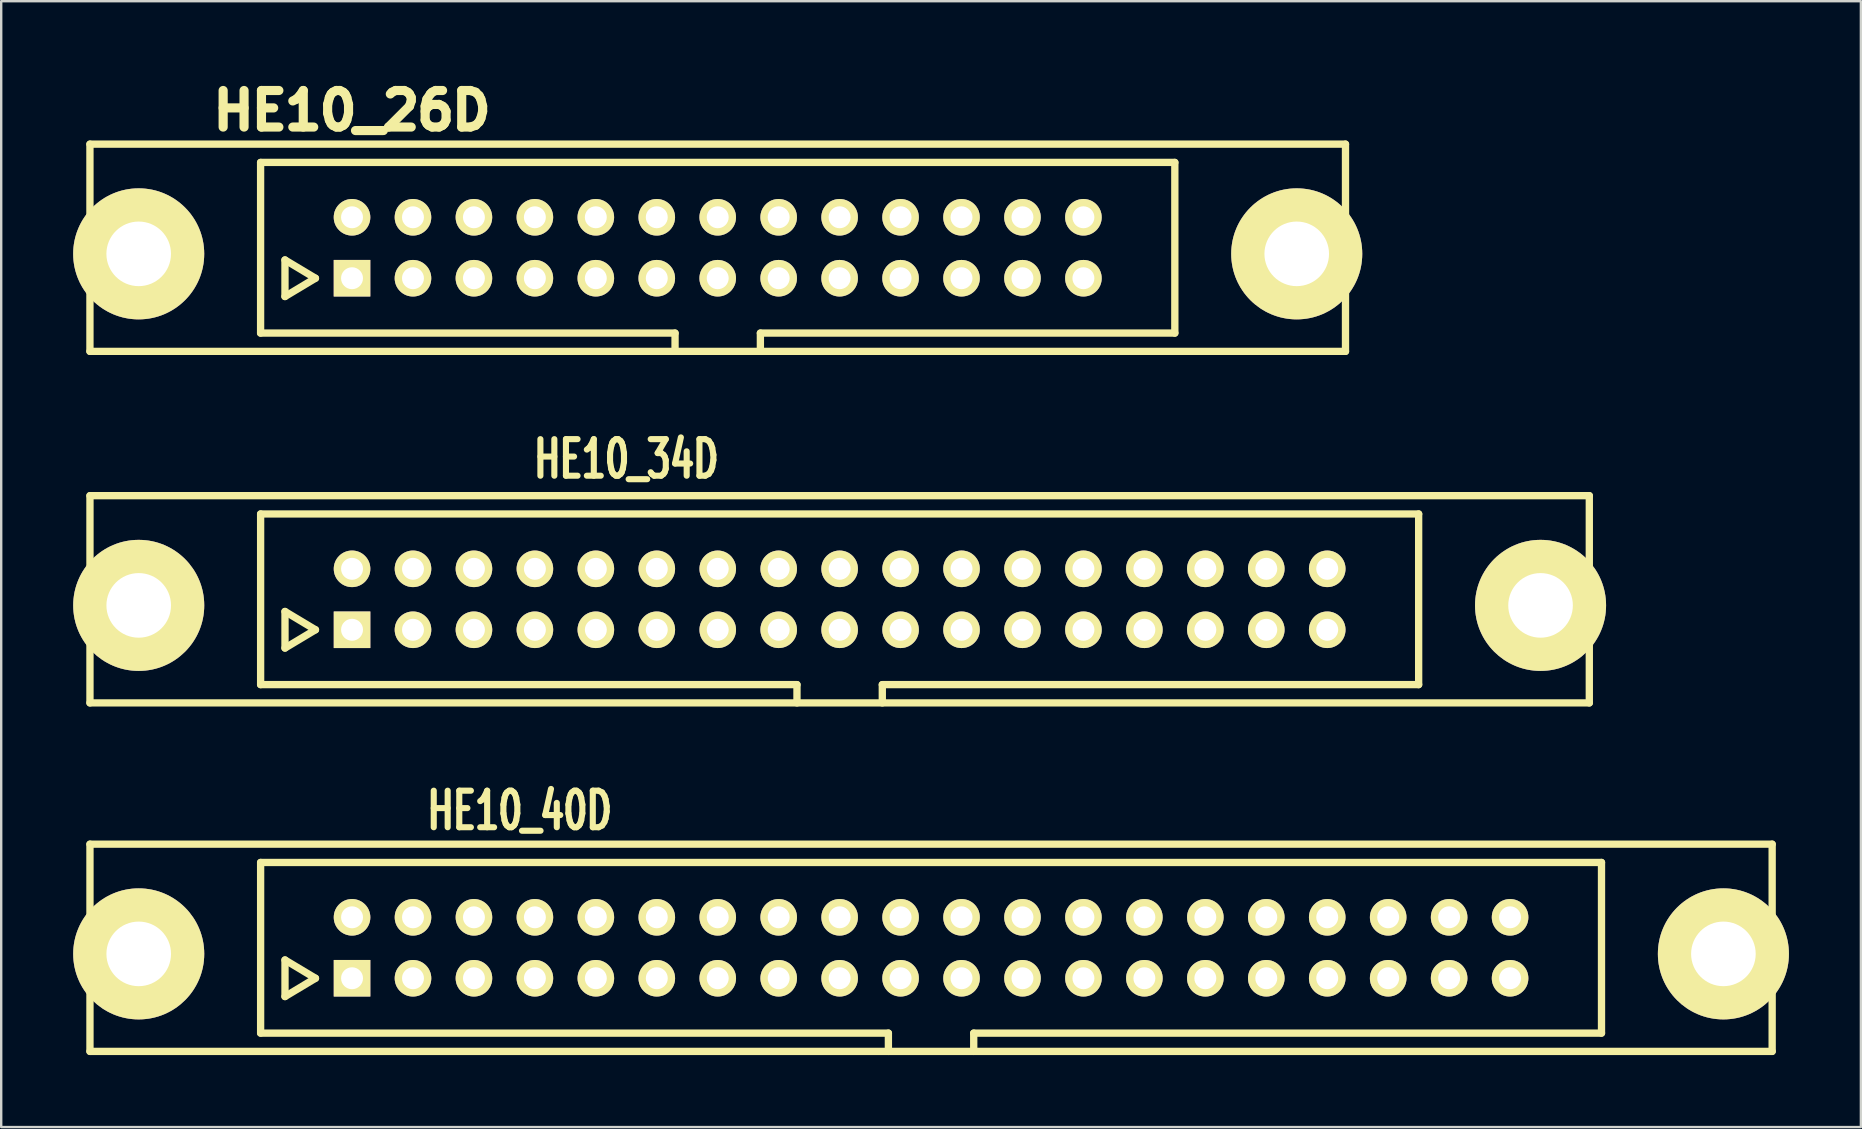
<source format=kicad_pcb>
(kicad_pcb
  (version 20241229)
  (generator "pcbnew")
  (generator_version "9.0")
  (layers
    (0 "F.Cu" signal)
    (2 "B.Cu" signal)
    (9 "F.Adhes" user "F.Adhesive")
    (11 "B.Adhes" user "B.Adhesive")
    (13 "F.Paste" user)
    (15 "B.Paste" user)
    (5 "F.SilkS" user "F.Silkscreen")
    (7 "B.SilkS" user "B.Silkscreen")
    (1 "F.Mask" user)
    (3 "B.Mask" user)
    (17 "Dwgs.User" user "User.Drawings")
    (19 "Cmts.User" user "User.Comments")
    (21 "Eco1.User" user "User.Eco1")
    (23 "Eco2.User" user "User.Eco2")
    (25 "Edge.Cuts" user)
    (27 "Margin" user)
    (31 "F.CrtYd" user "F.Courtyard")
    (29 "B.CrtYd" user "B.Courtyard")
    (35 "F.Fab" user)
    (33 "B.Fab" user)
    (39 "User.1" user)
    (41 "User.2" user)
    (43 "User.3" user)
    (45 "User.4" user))
  (footprint "HE10_40D"
    (layer "F.Cu")
    (at 35.751 36.448)
    (property "Reference" "HE10_40D" (at -17.145 -5.715 0) (layer "F.SilkS") (effects (font (size 1.524 1.016) (thickness 0.305))))
    (attr through_hole)
    (fp_line (start -35.052 -4.318) (end -35.052 4.318) (stroke (width 0.305) (type solid)) (layer "F.SilkS"))
    (fp_line (start -35.052 4.318) (end 35.052 4.318) (stroke (width 0.305) (type solid)) (layer "F.SilkS"))
    (fp_line (start -27.94 -3.556) (end 27.94 -3.556) (stroke (width 0.305) (type solid)) (layer "F.SilkS"))
    (fp_line (start -27.94 3.556) (end -27.94 -3.556) (stroke (width 0.305) (type solid)) (layer "F.SilkS"))
    (fp_line (start -26.924 0.508) (end -26.924 2.032) (stroke (width 0.305) (type solid)) (layer "F.SilkS"))
    (fp_line (start -26.924 2.032) (end -25.654 1.27) (stroke (width 0.305) (type solid)) (layer "F.SilkS"))
    (fp_line (start -25.654 1.27) (end -26.924 0.508) (stroke (width 0.305) (type solid)) (layer "F.SilkS"))
    (fp_line (start -1.778 3.556) (end -27.94 3.556) (stroke (width 0.305) (type solid)) (layer "F.SilkS"))
    (fp_line (start -1.778 4.318) (end -1.778 3.556) (stroke (width 0.305) (type solid)) (layer "F.SilkS"))
    (fp_line (start 1.778 3.556) (end 1.778 4.318) (stroke (width 0.305) (type solid)) (layer "F.SilkS"))
    (fp_line (start 27.94 -3.556) (end 27.94 3.556) (stroke (width 0.305) (type solid)) (layer "F.SilkS"))
    (fp_line (start 27.94 3.556) (end 1.778 3.556) (stroke (width 0.305) (type solid)) (layer "F.SilkS"))
    (fp_line (start 35.052 -4.318) (end -35.052 -4.318) (stroke (width 0.305) (type solid)) (layer "F.SilkS"))
    (fp_line (start 35.052 4.318) (end 35.052 -4.318) (stroke (width 0.305) (type solid)) (layer "F.SilkS"))
    (pad "" thru_hole circle (at -33.02 0.254) (size 5.461 5.461) (drill 2.692) (layers "*.Cu" "*.Mask" "F.SilkS"))
    (pad "" thru_hole circle (at 33.02 0.254) (size 5.461 5.461) (drill 2.692) (layers "*.Cu" "*.Mask" "F.SilkS"))
    (pad "1" thru_hole rect (at -24.13 1.27) (size 1.524 1.524) (drill 0.914) (layers "*.Cu" "*.Mask" "F.SilkS"))
    (pad "2" thru_hole circle (at -24.13 -1.27) (size 1.524 1.524) (drill 0.914) (layers "*.Cu" "*.Mask" "F.SilkS"))
    (pad "3" thru_hole circle (at -21.59 1.27) (size 1.524 1.524) (drill 0.914) (layers "*.Cu" "*.Mask" "F.SilkS"))
    (pad "4" thru_hole circle (at -21.59 -1.27) (size 1.524 1.524) (drill 0.914) (layers "*.Cu" "*.Mask" "F.SilkS"))
    (pad "5" thru_hole circle (at -19.05 1.27) (size 1.524 1.524) (drill 0.914) (layers "*.Cu" "*.Mask" "F.SilkS"))
    (pad "6" thru_hole circle (at -19.05 -1.27) (size 1.524 1.524) (drill 0.914) (layers "*.Cu" "*.Mask" "F.SilkS"))
    (pad "7" thru_hole circle (at -16.51 1.27) (size 1.524 1.524) (drill 0.914) (layers "*.Cu" "*.Mask" "F.SilkS"))
    (pad "8" thru_hole circle (at -16.51 -1.27) (size 1.524 1.524) (drill 0.914) (layers "*.Cu" "*.Mask" "F.SilkS"))
    (pad "9" thru_hole circle (at -13.97 1.27) (size 1.524 1.524) (drill 0.914) (layers "*.Cu" "*.Mask" "F.SilkS"))
    (pad "10" thru_hole circle (at -13.97 -1.27) (size 1.524 1.524) (drill 0.914) (layers "*.Cu" "*.Mask" "F.SilkS"))
    (pad "11" thru_hole circle (at -11.43 1.27) (size 1.524 1.524) (drill 0.914) (layers "*.Cu" "*.Mask" "F.SilkS"))
    (pad "12" thru_hole circle (at -11.43 -1.27) (size 1.524 1.524) (drill 0.914) (layers "*.Cu" "*.Mask" "F.SilkS"))
    (pad "13" thru_hole circle (at -8.89 1.27) (size 1.524 1.524) (drill 0.914) (layers "*.Cu" "*.Mask" "F.SilkS"))
    (pad "14" thru_hole circle (at -8.89 -1.27) (size 1.524 1.524) (drill 0.914) (layers "*.Cu" "*.Mask" "F.SilkS"))
    (pad "15" thru_hole circle (at -6.35 1.27) (size 1.524 1.524) (drill 0.914) (layers "*.Cu" "*.Mask" "F.SilkS"))
    (pad "16" thru_hole circle (at -6.35 -1.27) (size 1.524 1.524) (drill 0.914) (layers "*.Cu" "*.Mask" "F.SilkS"))
    (pad "17" thru_hole circle (at -3.81 1.27) (size 1.524 1.524) (drill 0.914) (layers "*.Cu" "*.Mask" "F.SilkS"))
    (pad "18" thru_hole circle (at -3.81 -1.27) (size 1.524 1.524) (drill 0.914) (layers "*.Cu" "*.Mask" "F.SilkS"))
    (pad "19" thru_hole circle (at -1.27 1.27) (size 1.524 1.524) (drill 0.914) (layers "*.Cu" "*.Mask" "F.SilkS"))
    (pad "20" thru_hole circle (at -1.27 -1.27) (size 1.524 1.524) (drill 0.914) (layers "*.Cu" "*.Mask" "F.SilkS"))
    (pad "21" thru_hole circle (at 1.27 1.27) (size 1.524 1.524) (drill 0.914) (layers "*.Cu" "*.Mask" "F.SilkS"))
    (pad "22" thru_hole circle (at 1.27 -1.27) (size 1.524 1.524) (drill 0.914) (layers "*.Cu" "*.Mask" "F.SilkS"))
    (pad "23" thru_hole circle (at 3.81 1.27) (size 1.524 1.524) (drill 0.914) (layers "*.Cu" "*.Mask" "F.SilkS"))
    (pad "24" thru_hole circle (at 3.81 -1.27) (size 1.524 1.524) (drill 0.914) (layers "*.Cu" "*.Mask" "F.SilkS"))
    (pad "25" thru_hole circle (at 6.35 1.27) (size 1.524 1.524) (drill 0.914) (layers "*.Cu" "*.Mask" "F.SilkS"))
    (pad "26" thru_hole circle (at 6.35 -1.27) (size 1.524 1.524) (drill 0.914) (layers "*.Cu" "*.Mask" "F.SilkS"))
    (pad "27" thru_hole circle (at 8.89 1.27) (size 1.524 1.524) (drill 0.914) (layers "*.Cu" "*.Mask" "F.SilkS"))
    (pad "28" thru_hole circle (at 8.89 -1.27) (size 1.524 1.524) (drill 0.914) (layers "*.Cu" "*.Mask" "F.SilkS"))
    (pad "29" thru_hole circle (at 11.43 1.27) (size 1.524 1.524) (drill 0.914) (layers "*.Cu" "*.Mask" "F.SilkS"))
    (pad "30" thru_hole circle (at 11.43 -1.27) (size 1.524 1.524) (drill 0.914) (layers "*.Cu" "*.Mask" "F.SilkS"))
    (pad "31" thru_hole circle (at 13.97 1.27) (size 1.524 1.524) (drill 0.914) (layers "*.Cu" "*.Mask" "F.SilkS"))
    (pad "32" thru_hole circle (at 13.97 -1.27) (size 1.524 1.524) (drill 0.914) (layers "*.Cu" "*.Mask" "F.SilkS"))
    (pad "33" thru_hole circle (at 16.51 1.27) (size 1.524 1.524) (drill 0.914) (layers "*.Cu" "*.Mask" "F.SilkS"))
    (pad "34" thru_hole circle (at 16.51 -1.27) (size 1.524 1.524) (drill 0.914) (layers "*.Cu" "*.Mask" "F.SilkS"))
    (pad "35" thru_hole circle (at 19.05 1.27) (size 1.524 1.524) (drill 0.914) (layers "*.Cu" "*.Mask" "F.SilkS"))
    (pad "36" thru_hole circle (at 19.05 -1.27) (size 1.524 1.524) (drill 0.914) (layers "*.Cu" "*.Mask" "F.SilkS"))
    (pad "37" thru_hole circle (at 21.59 1.27) (size 1.524 1.524) (drill 0.914) (layers "*.Cu" "*.Mask" "F.SilkS"))
    (pad "38" thru_hole circle (at 21.59 -1.27) (size 1.524 1.524) (drill 0.914) (layers "*.Cu" "*.Mask" "F.SilkS"))
    (pad "39" thru_hole circle (at 24.13 1.27) (size 1.524 1.524) (drill 0.914) (layers "*.Cu" "*.Mask" "F.SilkS"))
    (pad "40" thru_hole circle (at 24.13 -1.27) (size 1.524 1.524) (drill 0.914) (layers "*.Cu" "*.Mask" "F.SilkS")))
  (footprint "HE10_34D"
    (layer "F.Cu")
    (at 31.941 21.925)
    (property "Reference" "HE10_34D" (at -8.89 -5.842 0) (layer "F.SilkS") (effects (font (size 1.524 1.016) (thickness 0.305))))
    (attr through_hole)
    (fp_line (start -31.242 -4.318) (end -31.242 4.318) (stroke (width 0.305) (type solid)) (layer "F.SilkS"))
    (fp_line (start -31.242 4.318) (end 31.242 4.318) (stroke (width 0.305) (type solid)) (layer "F.SilkS"))
    (fp_line (start -24.13 -3.556) (end 24.13 -3.556) (stroke (width 0.305) (type solid)) (layer "F.SilkS"))
    (fp_line (start -24.13 3.556) (end -24.13 -3.556) (stroke (width 0.305) (type solid)) (layer "F.SilkS"))
    (fp_line (start -23.114 0.508) (end -23.114 2.032) (stroke (width 0.305) (type solid)) (layer "F.SilkS"))
    (fp_line (start -23.114 2.032) (end -21.844 1.27) (stroke (width 0.305) (type solid)) (layer "F.SilkS"))
    (fp_line (start -21.844 1.27) (end -23.114 0.508) (stroke (width 0.305) (type solid)) (layer "F.SilkS"))
    (fp_line (start -1.778 3.556) (end -24.13 3.556) (stroke (width 0.305) (type solid)) (layer "F.SilkS"))
    (fp_line (start -1.778 4.318) (end -1.778 3.556) (stroke (width 0.305) (type solid)) (layer "F.SilkS"))
    (fp_line (start 1.778 3.556) (end 1.778 4.318) (stroke (width 0.305) (type solid)) (layer "F.SilkS"))
    (fp_line (start 24.13 -3.556) (end 24.13 3.556) (stroke (width 0.305) (type solid)) (layer "F.SilkS"))
    (fp_line (start 24.13 3.556) (end 1.778 3.556) (stroke (width 0.305) (type solid)) (layer "F.SilkS"))
    (fp_line (start 31.242 -4.318) (end -31.242 -4.318) (stroke (width 0.305) (type solid)) (layer "F.SilkS"))
    (fp_line (start 31.242 4.318) (end 31.242 -4.318) (stroke (width 0.305) (type solid)) (layer "F.SilkS"))
    (pad "" thru_hole circle (at -29.21 0.254) (size 5.461 5.461) (drill 2.692) (layers "*.Cu" "*.Mask" "F.SilkS"))
    (pad "" thru_hole circle (at 29.21 0.254) (size 5.461 5.461) (drill 2.692) (layers "*.Cu" "*.Mask" "F.SilkS"))
    (pad "1" thru_hole rect (at -20.32 1.27) (size 1.524 1.524) (drill 0.914) (layers "*.Cu" "*.Mask" "F.SilkS"))
    (pad "2" thru_hole circle (at -20.32 -1.27) (size 1.524 1.524) (drill 0.914) (layers "*.Cu" "*.Mask" "F.SilkS"))
    (pad "3" thru_hole circle (at -17.78 1.27) (size 1.524 1.524) (drill 0.914) (layers "*.Cu" "*.Mask" "F.SilkS"))
    (pad "4" thru_hole circle (at -17.78 -1.27) (size 1.524 1.524) (drill 0.914) (layers "*.Cu" "*.Mask" "F.SilkS"))
    (pad "5" thru_hole circle (at -15.24 1.27) (size 1.524 1.524) (drill 0.914) (layers "*.Cu" "*.Mask" "F.SilkS"))
    (pad "6" thru_hole circle (at -15.24 -1.27) (size 1.524 1.524) (drill 0.914) (layers "*.Cu" "*.Mask" "F.SilkS"))
    (pad "7" thru_hole circle (at -12.7 1.27) (size 1.524 1.524) (drill 0.914) (layers "*.Cu" "*.Mask" "F.SilkS"))
    (pad "8" thru_hole circle (at -12.7 -1.27) (size 1.524 1.524) (drill 0.914) (layers "*.Cu" "*.Mask" "F.SilkS"))
    (pad "9" thru_hole circle (at -10.16 1.27) (size 1.524 1.524) (drill 0.914) (layers "*.Cu" "*.Mask" "F.SilkS"))
    (pad "10" thru_hole circle (at -10.16 -1.27) (size 1.524 1.524) (drill 0.914) (layers "*.Cu" "*.Mask" "F.SilkS"))
    (pad "11" thru_hole circle (at -7.62 1.27) (size 1.524 1.524) (drill 0.914) (layers "*.Cu" "*.Mask" "F.SilkS"))
    (pad "12" thru_hole circle (at -7.62 -1.27) (size 1.524 1.524) (drill 0.914) (layers "*.Cu" "*.Mask" "F.SilkS"))
    (pad "13" thru_hole circle (at -5.08 1.27) (size 1.524 1.524) (drill 0.914) (layers "*.Cu" "*.Mask" "F.SilkS"))
    (pad "14" thru_hole circle (at -5.08 -1.27) (size 1.524 1.524) (drill 0.914) (layers "*.Cu" "*.Mask" "F.SilkS"))
    (pad "15" thru_hole circle (at -2.54 1.27) (size 1.524 1.524) (drill 0.914) (layers "*.Cu" "*.Mask" "F.SilkS"))
    (pad "16" thru_hole circle (at -2.54 -1.27) (size 1.524 1.524) (drill 0.914) (layers "*.Cu" "*.Mask" "F.SilkS"))
    (pad "17" thru_hole circle (at 0 1.27) (size 1.524 1.524) (drill 0.914) (layers "*.Cu" "*.Mask" "F.SilkS"))
    (pad "18" thru_hole circle (at 0 -1.27) (size 1.524 1.524) (drill 0.914) (layers "*.Cu" "*.Mask" "F.SilkS"))
    (pad "19" thru_hole circle (at 2.54 1.27) (size 1.524 1.524) (drill 0.914) (layers "*.Cu" "*.Mask" "F.SilkS"))
    (pad "20" thru_hole circle (at 2.54 -1.27) (size 1.524 1.524) (drill 0.914) (layers "*.Cu" "*.Mask" "F.SilkS"))
    (pad "21" thru_hole circle (at 5.08 1.27) (size 1.524 1.524) (drill 0.914) (layers "*.Cu" "*.Mask" "F.SilkS"))
    (pad "22" thru_hole circle (at 5.08 -1.27) (size 1.524 1.524) (drill 0.914) (layers "*.Cu" "*.Mask" "F.SilkS"))
    (pad "23" thru_hole circle (at 7.62 1.27) (size 1.524 1.524) (drill 0.914) (layers "*.Cu" "*.Mask" "F.SilkS"))
    (pad "24" thru_hole circle (at 7.62 -1.27) (size 1.524 1.524) (drill 0.914) (layers "*.Cu" "*.Mask" "F.SilkS"))
    (pad "25" thru_hole circle (at 10.16 1.27) (size 1.524 1.524) (drill 0.914) (layers "*.Cu" "*.Mask" "F.SilkS"))
    (pad "26" thru_hole circle (at 10.16 -1.27) (size 1.524 1.524) (drill 0.914) (layers "*.Cu" "*.Mask" "F.SilkS"))
    (pad "27" thru_hole circle (at 12.7 1.27) (size 1.524 1.524) (drill 0.914) (layers "*.Cu" "*.Mask" "F.SilkS"))
    (pad "28" thru_hole circle (at 12.7 -1.27) (size 1.524 1.524) (drill 0.914) (layers "*.Cu" "*.Mask" "F.SilkS"))
    (pad "29" thru_hole circle (at 15.24 1.27) (size 1.524 1.524) (drill 0.914) (layers "*.Cu" "*.Mask" "F.SilkS"))
    (pad "30" thru_hole circle (at 15.24 -1.27) (size 1.524 1.524) (drill 0.914) (layers "*.Cu" "*.Mask" "F.SilkS"))
    (pad "31" thru_hole circle (at 17.78 1.27) (size 1.524 1.524) (drill 0.914) (layers "*.Cu" "*.Mask" "F.SilkS"))
    (pad "32" thru_hole circle (at 17.78 -1.27) (size 1.524 1.524) (drill 0.914) (layers "*.Cu" "*.Mask" "F.SilkS"))
    (pad "33" thru_hole circle (at 20.32 1.27) (size 1.524 1.524) (drill 0.914) (layers "*.Cu" "*.Mask" "F.SilkS"))
    (pad "34" thru_hole circle (at 20.32 -1.27) (size 1.524 1.524) (drill 0.914) (layers "*.Cu" "*.Mask" "F.SilkS")))
  (footprint "HE10_26D"
    (layer "F.Cu")
    (at 26.86 7.275)
    (property "Reference" "HE10_26D" (at -15.24 -5.715 0) (layer "F.SilkS") (effects (font (size 1.524 1.524) (thickness 0.381))))
    (attr through_hole)
    (fp_line (start -26.162 -4.318) (end -26.162 4.318) (stroke (width 0.305) (type solid)) (layer "F.SilkS"))
    (fp_line (start -26.162 4.318) (end 26.162 4.318) (stroke (width 0.305) (type solid)) (layer "F.SilkS"))
    (fp_line (start -19.05 -3.556) (end 19.05 -3.556) (stroke (width 0.305) (type solid)) (layer "F.SilkS"))
    (fp_line (start -19.05 3.556) (end -19.05 -3.556) (stroke (width 0.305) (type solid)) (layer "F.SilkS"))
    (fp_line (start -18.034 0.508) (end -18.034 2.032) (stroke (width 0.305) (type solid)) (layer "F.SilkS"))
    (fp_line (start -18.034 2.032) (end -16.764 1.27) (stroke (width 0.305) (type solid)) (layer "F.SilkS"))
    (fp_line (start -16.764 1.27) (end -18.034 0.508) (stroke (width 0.305) (type solid)) (layer "F.SilkS"))
    (fp_line (start -1.778 3.556) (end -19.05 3.556) (stroke (width 0.305) (type solid)) (layer "F.SilkS"))
    (fp_line (start -1.778 4.318) (end -1.778 3.556) (stroke (width 0.305) (type solid)) (layer "F.SilkS"))
    (fp_line (start 1.778 3.556) (end 1.778 4.318) (stroke (width 0.305) (type solid)) (layer "F.SilkS"))
    (fp_line (start 19.05 -3.556) (end 19.05 3.556) (stroke (width 0.305) (type solid)) (layer "F.SilkS"))
    (fp_line (start 19.05 3.556) (end 1.778 3.556) (stroke (width 0.305) (type solid)) (layer "F.SilkS"))
    (fp_line (start 26.162 -4.318) (end -26.162 -4.318) (stroke (width 0.305) (type solid)) (layer "F.SilkS"))
    (fp_line (start 26.162 4.318) (end 26.162 -4.318) (stroke (width 0.305) (type solid)) (layer "F.SilkS"))
    (pad "" thru_hole circle (at -24.13 0.254) (size 5.461 5.461) (drill 2.692) (layers "*.Cu" "*.Mask" "F.SilkS"))
    (pad "" thru_hole circle (at 24.13 0.254) (size 5.461 5.461) (drill 2.692) (layers "*.Cu" "*.Mask" "F.SilkS"))
    (pad "1" thru_hole rect (at -15.24 1.27) (size 1.524 1.524) (drill 0.914) (layers "*.Cu" "*.Mask" "F.SilkS"))
    (pad "2" thru_hole circle (at -15.24 -1.27) (size 1.524 1.524) (drill 0.914) (layers "*.Cu" "*.Mask" "F.SilkS"))
    (pad "3" thru_hole circle (at -12.7 1.27) (size 1.524 1.524) (drill 0.914) (layers "*.Cu" "*.Mask" "F.SilkS"))
    (pad "4" thru_hole circle (at -12.7 -1.27) (size 1.524 1.524) (drill 0.914) (layers "*.Cu" "*.Mask" "F.SilkS"))
    (pad "5" thru_hole circle (at -10.16 1.27) (size 1.524 1.524) (drill 0.914) (layers "*.Cu" "*.Mask" "F.SilkS"))
    (pad "6" thru_hole circle (at -10.16 -1.27) (size 1.524 1.524) (drill 0.914) (layers "*.Cu" "*.Mask" "F.SilkS"))
    (pad "7" thru_hole circle (at -7.62 1.27) (size 1.524 1.524) (drill 0.914) (layers "*.Cu" "*.Mask" "F.SilkS"))
    (pad "8" thru_hole circle (at -7.62 -1.27) (size 1.524 1.524) (drill 0.914) (layers "*.Cu" "*.Mask" "F.SilkS"))
    (pad "9" thru_hole circle (at -5.08 1.27) (size 1.524 1.524) (drill 0.914) (layers "*.Cu" "*.Mask" "F.SilkS"))
    (pad "10" thru_hole circle (at -5.08 -1.27) (size 1.524 1.524) (drill 0.914) (layers "*.Cu" "*.Mask" "F.SilkS"))
    (pad "11" thru_hole circle (at -2.54 1.27) (size 1.524 1.524) (drill 0.914) (layers "*.Cu" "*.Mask" "F.SilkS"))
    (pad "12" thru_hole circle (at -2.54 -1.27) (size 1.524 1.524) (drill 0.914) (layers "*.Cu" "*.Mask" "F.SilkS"))
    (pad "13" thru_hole circle (at 0 1.27) (size 1.524 1.524) (drill 0.914) (layers "*.Cu" "*.Mask" "F.SilkS"))
    (pad "14" thru_hole circle (at 0 -1.27) (size 1.524 1.524) (drill 0.914) (layers "*.Cu" "*.Mask" "F.SilkS"))
    (pad "15" thru_hole circle (at 2.54 1.27) (size 1.524 1.524) (drill 0.914) (layers "*.Cu" "*.Mask" "F.SilkS"))
    (pad "16" thru_hole circle (at 2.54 -1.27) (size 1.524 1.524) (drill 0.914) (layers "*.Cu" "*.Mask" "F.SilkS"))
    (pad "17" thru_hole circle (at 5.08 1.27) (size 1.524 1.524) (drill 0.914) (layers "*.Cu" "*.Mask" "F.SilkS"))
    (pad "18" thru_hole circle (at 5.08 -1.27) (size 1.524 1.524) (drill 0.914) (layers "*.Cu" "*.Mask" "F.SilkS"))
    (pad "19" thru_hole circle (at 7.62 1.27) (size 1.524 1.524) (drill 0.914) (layers "*.Cu" "*.Mask" "F.SilkS"))
    (pad "20" thru_hole circle (at 7.62 -1.27) (size 1.524 1.524) (drill 0.914) (layers "*.Cu" "*.Mask" "F.SilkS"))
    (pad "21" thru_hole circle (at 10.16 1.27) (size 1.524 1.524) (drill 0.914) (layers "*.Cu" "*.Mask" "F.SilkS"))
    (pad "22" thru_hole circle (at 10.16 -1.27) (size 1.524 1.524) (drill 0.914) (layers "*.Cu" "*.Mask" "F.SilkS"))
    (pad "23" thru_hole circle (at 12.7 1.27) (size 1.524 1.524) (drill 0.914) (layers "*.Cu" "*.Mask" "F.SilkS"))
    (pad "24" thru_hole circle (at 12.7 -1.27) (size 1.524 1.524) (drill 0.914) (layers "*.Cu" "*.Mask" "F.SilkS"))
    (pad "25" thru_hole circle (at 15.24 1.27) (size 1.524 1.524) (drill 0.914) (layers "*.Cu" "*.Mask" "F.SilkS"))
    (pad "26" thru_hole circle (at 15.24 -1.27) (size 1.524 1.524) (drill 0.914) (layers "*.Cu" "*.Mask" "F.SilkS")))
  (gr_rect
    (start -3 -3)
    (end 74.501 43.918)
    (stroke (width 0.1) (type default))
    (fill no)
    (layer "Edge.Cuts")))
</source>
